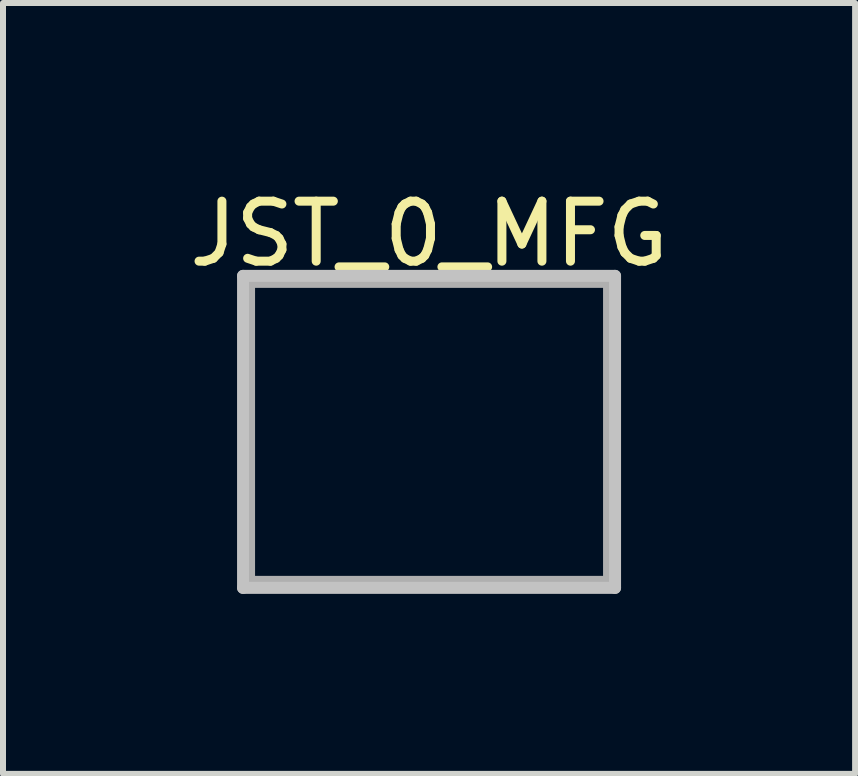
<source format=kicad_pcb>
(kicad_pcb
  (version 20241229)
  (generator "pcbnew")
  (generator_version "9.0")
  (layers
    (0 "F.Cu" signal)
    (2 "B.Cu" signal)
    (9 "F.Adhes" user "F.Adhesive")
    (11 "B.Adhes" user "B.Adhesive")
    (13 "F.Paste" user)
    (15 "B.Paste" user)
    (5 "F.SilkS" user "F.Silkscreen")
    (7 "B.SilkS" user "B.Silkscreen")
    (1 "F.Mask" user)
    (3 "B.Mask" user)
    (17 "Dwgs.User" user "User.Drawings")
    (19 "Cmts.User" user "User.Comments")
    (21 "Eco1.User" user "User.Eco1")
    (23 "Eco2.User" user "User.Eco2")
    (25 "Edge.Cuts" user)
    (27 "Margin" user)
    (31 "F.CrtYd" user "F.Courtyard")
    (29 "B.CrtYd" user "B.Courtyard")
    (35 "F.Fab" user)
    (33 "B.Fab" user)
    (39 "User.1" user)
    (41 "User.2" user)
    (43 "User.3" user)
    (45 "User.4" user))
  (footprint "JST_0_MFG"
    (layer "F.Cu")
    (at 4.101 4.148)
    (property "Reference" "JST_0_MFG" (at 0 -3.3 0) (layer "F.SilkS") (effects (font (size 1 1) (thickness 0.15))))
    (fp_line (start -3.1 -2.6) (end 3.1 -2.6) (stroke (width 0.2) (type solid)) (layer "Dwgs.User"))
    (fp_line (start -3.1 2.6) (end -3.1 -2.6) (stroke (width 0.2) (type solid)) (layer "Dwgs.User"))
    (fp_line (start -3.1 2.6) (end 3.1 2.6) (stroke (width 0.2) (type solid)) (layer "Dwgs.User"))
    (fp_line (start 3.1 2.6) (end 3.1 -2.6) (stroke (width 0.2) (type solid)) (layer "Dwgs.User"))
    (fp_line (start -3.1 -2.6) (end 3.1 -2.6) (stroke (width 0.2) (type solid)) (layer "Eco2.User"))
    (fp_line (start -3.1 2.6) (end -3.1 -2.6) (stroke (width 0.2) (type solid)) (layer "Eco2.User"))
    (fp_line (start -3.1 2.6) (end 3.1 2.6) (stroke (width 0.2) (type solid)) (layer "Eco2.User"))
    (fp_line (start -0.5 0) (end 0.5 0) (stroke (width 0.1) (type solid)) (layer "Eco2.User"))
    (fp_line (start 0 0.5) (end 0 -0.5) (stroke (width 0.1) (type solid)) (layer "Eco2.User"))
    (fp_line (start 3.1 2.6) (end 3.1 -2.6) (stroke (width 0.2) (type solid)) (layer "Eco2.User"))
    (fp_line (start -3 -2.5) (end 3 -2.5) (stroke (width 0.2) (type solid)) (layer "F.Fab"))
    (fp_line (start -3 2.5) (end -3 -2.5) (stroke (width 0.2) (type solid)) (layer "F.Fab"))
    (fp_line (start -3 2.5) (end 3 2.5) (stroke (width 0.2) (type solid)) (layer "F.Fab"))
    (fp_line (start 3 2.5) (end 3 -2.5) (stroke (width 0.2) (type solid)) (layer "F.Fab")))
  (gr_rect
    (start -3 -3)
    (end 11.202 9.848)
    (stroke (width 0.1) (type default))
    (fill no)
    (layer "Edge.Cuts")))
</source>
